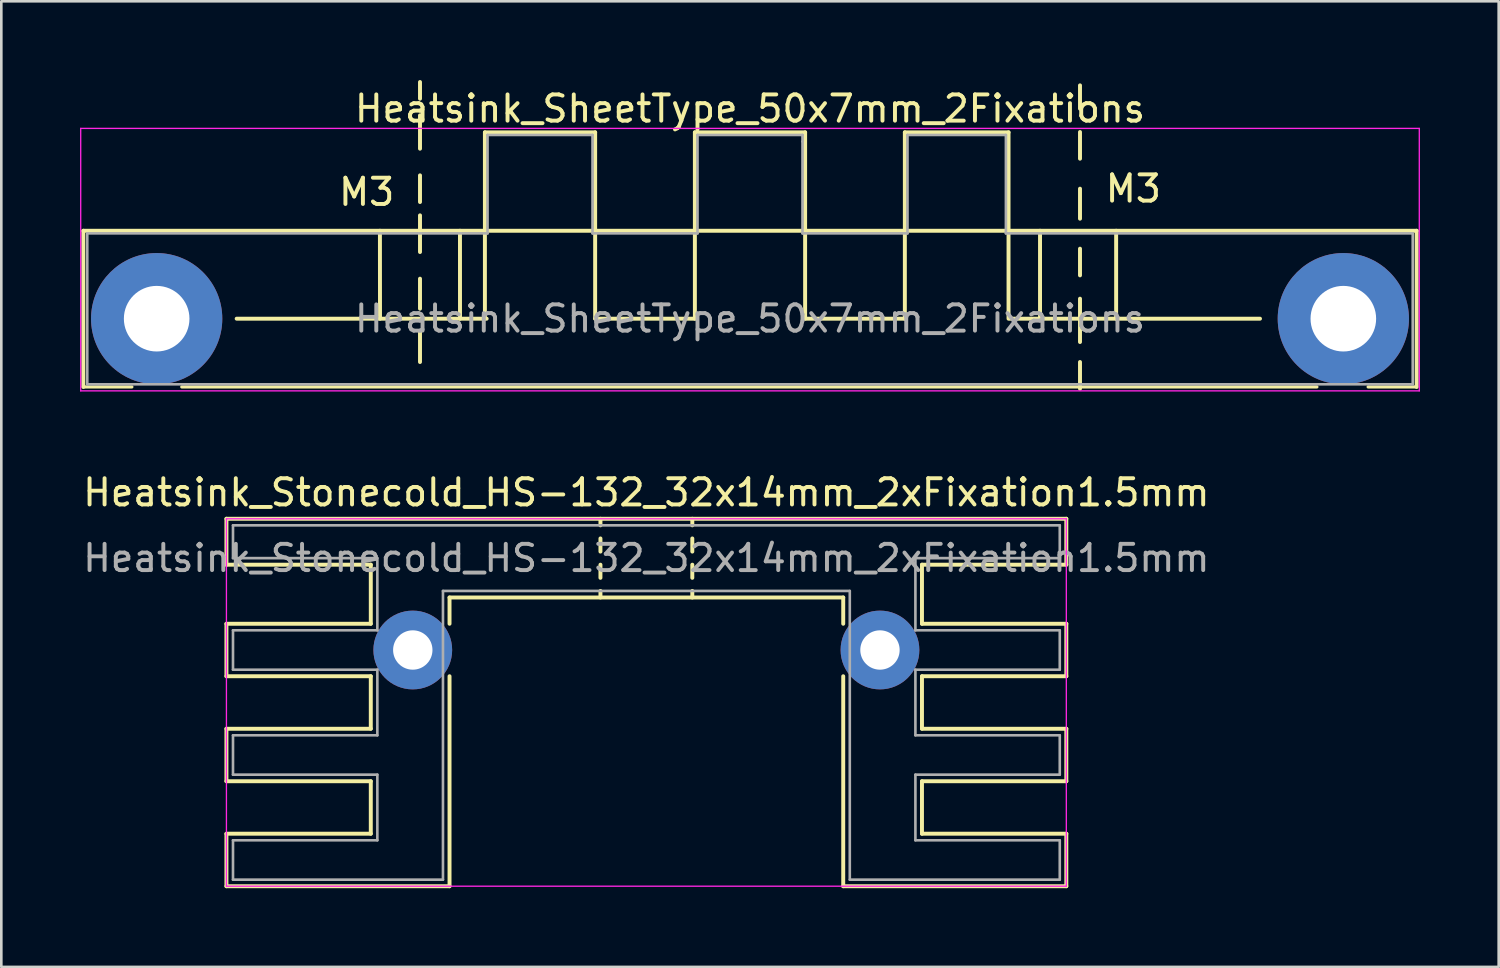
<source format=kicad_pcb>
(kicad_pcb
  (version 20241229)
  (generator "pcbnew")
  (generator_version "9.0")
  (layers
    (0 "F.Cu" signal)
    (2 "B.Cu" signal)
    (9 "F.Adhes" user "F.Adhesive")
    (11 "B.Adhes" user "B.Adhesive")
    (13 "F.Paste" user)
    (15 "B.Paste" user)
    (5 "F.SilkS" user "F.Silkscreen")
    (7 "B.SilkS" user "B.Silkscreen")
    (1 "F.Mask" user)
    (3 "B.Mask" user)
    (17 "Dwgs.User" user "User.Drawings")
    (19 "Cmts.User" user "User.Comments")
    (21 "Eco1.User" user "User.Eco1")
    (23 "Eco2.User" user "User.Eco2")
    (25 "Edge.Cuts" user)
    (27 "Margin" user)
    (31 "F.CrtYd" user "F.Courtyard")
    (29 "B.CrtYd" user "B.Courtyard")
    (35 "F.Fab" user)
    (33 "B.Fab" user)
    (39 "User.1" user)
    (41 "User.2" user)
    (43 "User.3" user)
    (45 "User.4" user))
  (footprint "Heatsink_SheetType_50x7mm_2Fixations"
    (layer "F.Cu")
    (at 25.525 9.092)
    (property "Reference" "Heatsink_SheetType_50x7mm_2Fixations" (at 0 -8 0) (layer "F.SilkS") (effects (font (size 1 1) (thickness 0.15))))
    (attr through_hole)
    (fp_line (start -25.4 -3.35) (end -25.4 2.6) (stroke (width 0.15) (type solid)) (layer "F.SilkS"))
    (fp_line (start -25.4 2.6) (end -23.55 2.6) (stroke (width 0.12) (type solid)) (layer "F.SilkS"))
    (fp_line (start -21.65 2.6) (end 21.6 2.6) (stroke (width 0.12) (type solid)) (layer "F.SilkS"))
    (fp_line (start -14.1 -3.35) (end -14.097 0) (stroke (width 0.15) (type solid)) (layer "F.SilkS"))
    (fp_line (start -12.573 -9.017) (end -12.573 -8.382) (stroke (width 0.15) (type solid)) (layer "F.SilkS"))
    (fp_line (start -12.573 -7.747) (end -12.573 -6.477) (stroke (width 0.15) (type solid)) (layer "F.SilkS"))
    (fp_line (start -12.573 -5.461) (end -12.573 -4.445) (stroke (width 0.15) (type solid)) (layer "F.SilkS"))
    (fp_line (start -12.573 -3.937) (end -12.573 -2.54) (stroke (width 0.15) (type solid)) (layer "F.SilkS"))
    (fp_line (start -12.573 -1.524) (end -12.573 -0.381) (stroke (width 0.15) (type solid)) (layer "F.SilkS"))
    (fp_line (start -12.573 0.508) (end -12.573 1.651) (stroke (width 0.15) (type solid)) (layer "F.SilkS"))
    (fp_line (start -11.05 -3.35) (end -11.049 0) (stroke (width 0.15) (type solid)) (layer "F.SilkS"))
    (fp_line (start -10.1 -7.1) (end -10.1 0) (stroke (width 0.15) (type solid)) (layer "F.SilkS"))
    (fp_line (start -10.033 0) (end -19.558 0) (stroke (width 0.15) (type solid)) (layer "F.SilkS"))
    (fp_line (start -5.9 -7.1) (end -10.1 -7.1) (stroke (width 0.15) (type solid)) (layer "F.SilkS"))
    (fp_line (start -5.9 -7.1) (end -5.9 0) (stroke (width 0.15) (type solid)) (layer "F.SilkS"))
    (fp_line (start -2.1 -7.1) (end -2.1 0) (stroke (width 0.15) (type solid)) (layer "F.SilkS"))
    (fp_line (start -2.1 0) (end -5.9 0) (stroke (width 0.15) (type solid)) (layer "F.SilkS"))
    (fp_line (start 2.1 -7.1) (end -2.1 -7.1) (stroke (width 0.15) (type solid)) (layer "F.SilkS"))
    (fp_line (start 2.1 -7.1) (end 2.1 0) (stroke (width 0.15) (type solid)) (layer "F.SilkS"))
    (fp_line (start 5.9 -7.1) (end 5.9 0) (stroke (width 0.15) (type solid)) (layer "F.SilkS"))
    (fp_line (start 5.9 0) (end 2.1 0) (stroke (width 0.15) (type solid)) (layer "F.SilkS"))
    (fp_line (start 9.85 -7.1) (end 5.9 -7.1) (stroke (width 0.15) (type solid)) (layer "F.SilkS"))
    (fp_line (start 9.85 -7.1) (end 9.85 0) (stroke (width 0.15) (type solid)) (layer "F.SilkS"))
    (fp_line (start 11.05 -3.35) (end 11.05 0) (stroke (width 0.15) (type solid)) (layer "F.SilkS"))
    (fp_line (start 12.573 -8.89) (end 12.573 -8.001) (stroke (width 0.15) (type solid)) (layer "F.SilkS"))
    (fp_line (start 12.573 -7.112) (end 12.573 -6.096) (stroke (width 0.15) (type solid)) (layer "F.SilkS"))
    (fp_line (start 12.573 -4.953) (end 12.573 -3.81) (stroke (width 0.15) (type solid)) (layer "F.SilkS"))
    (fp_line (start 12.573 -2.667) (end 12.573 -1.651) (stroke (width 0.15) (type solid)) (layer "F.SilkS"))
    (fp_line (start 12.573 -0.762) (end 12.573 0.889) (stroke (width 0.15) (type solid)) (layer "F.SilkS"))
    (fp_line (start 12.573 1.651) (end 12.573 2.667) (stroke (width 0.15) (type solid)) (layer "F.SilkS"))
    (fp_line (start 13.95 -3.35) (end 13.95 0) (stroke (width 0.15) (type solid)) (layer "F.SilkS"))
    (fp_line (start 13.97 0) (end 9.906 0) (stroke (width 0.15) (type solid)) (layer "F.SilkS"))
    (fp_line (start 13.97 0) (end 19.431 0) (stroke (width 0.15) (type solid)) (layer "F.SilkS"))
    (fp_line (start 25.4 -3.35) (end -25.4 -3.35) (stroke (width 0.15) (type solid)) (layer "F.SilkS"))
    (fp_line (start 25.4 2.6) (end 23.55 2.6) (stroke (width 0.12) (type solid)) (layer "F.SilkS"))
    (fp_line (start 25.4 2.6) (end 25.4 -3.35) (stroke (width 0.15) (type solid)) (layer "F.SilkS"))
    (fp_line (start -25.5 -7.25) (end -25.5 2.75) (stroke (width 0.05) (type solid)) (layer "F.CrtYd"))
    (fp_line (start -25.5 -7.25) (end 25.5 -7.25) (stroke (width 0.05) (type solid)) (layer "F.CrtYd"))
    (fp_line (start 25.5 2.75) (end -25.5 2.75) (stroke (width 0.05) (type solid)) (layer "F.CrtYd"))
    (fp_line (start 25.5 2.75) (end 25.5 -7.25) (stroke (width 0.05) (type solid)) (layer "F.CrtYd"))
    (fp_line (start -25.25 -3.25) (end -25.25 2.5) (stroke (width 0.1) (type solid)) (layer "F.Fab"))
    (fp_line (start -25.25 2.5) (end 25.25 2.5) (stroke (width 0.1) (type solid)) (layer "F.Fab"))
    (fp_line (start -10 -7) (end -10 -3.25) (stroke (width 0.1) (type solid)) (layer "F.Fab"))
    (fp_line (start -10 -3.25) (end -25.25 -3.25) (stroke (width 0.1) (type solid)) (layer "F.Fab"))
    (fp_line (start -6 -7) (end -10 -7) (stroke (width 0.1) (type solid)) (layer "F.Fab"))
    (fp_line (start -6 -3.25) (end -6 -7) (stroke (width 0.1) (type solid)) (layer "F.Fab"))
    (fp_line (start -2 -7) (end -2 -3.25) (stroke (width 0.1) (type solid)) (layer "F.Fab"))
    (fp_line (start -2 -3.25) (end -6 -3.25) (stroke (width 0.1) (type solid)) (layer "F.Fab"))
    (fp_line (start 2 -7) (end -2 -7) (stroke (width 0.1) (type solid)) (layer "F.Fab"))
    (fp_line (start 2 -6.75) (end 2 -7) (stroke (width 0.1) (type solid)) (layer "F.Fab"))
    (fp_line (start 2 -3.25) (end 2 -6.75) (stroke (width 0.1) (type solid)) (layer "F.Fab"))
    (fp_line (start 6 -7) (end 6 -3.25) (stroke (width 0.1) (type solid)) (layer "F.Fab"))
    (fp_line (start 6 -3.25) (end 2 -3.25) (stroke (width 0.1) (type solid)) (layer "F.Fab"))
    (fp_line (start 9.75 -7) (end 6 -7) (stroke (width 0.1) (type solid)) (layer "F.Fab"))
    (fp_line (start 9.75 -3.25) (end 9.75 -7) (stroke (width 0.1) (type solid)) (layer "F.Fab"))
    (fp_line (start 25.25 -3.25) (end 9.75 -3.25) (stroke (width 0.1) (type solid)) (layer "F.Fab"))
    (fp_line (start 25.25 2.5) (end 25.25 -3.25) (stroke (width 0.1) (type solid)) (layer "F.Fab"))
    (fp_text user "M3" (at 14.605 -4.953 0) (layer "F.SilkS") (effects (font (size 1 1) (thickness 0.15))))
    (fp_text user "M3" (at -14.605 -4.826 0) (layer "F.SilkS") (effects (font (size 1 1) (thickness 0.15))))
    (fp_text user "${REFERENCE}" (at 0 0 0) (layer "F.Fab") (effects (font (size 1 1) (thickness 0.15))))
    (pad "1" thru_hole circle (at -22.606 0) (size 5.001 5.001) (drill 2.499) (layers "*.Cu" "*.Mask"))
    (pad "1" thru_hole circle (at 22.606 0) (size 5.001 5.001) (drill 2.499) (layers "*.Cu" "*.Mask")))
  (footprint "Heatsink_Stonecold_HS-132_32x14mm_2xFixation1.5mm"
    (layer "F.Cu")
    (at 21.577 21.715)
    (property "Reference" "Heatsink_Stonecold_HS-132_32x14mm_2xFixation1.5mm" (at 0 -6 0) (layer "F.SilkS") (effects (font (size 1 1) (thickness 0.15))))
    (attr through_hole)
    (fp_line (start -16 -5) (end 16 -5) (stroke (width 0.15) (type solid)) (layer "F.SilkS"))
    (fp_line (start -16 -3.25) (end -16 -5) (stroke (width 0.15) (type solid)) (layer "F.SilkS"))
    (fp_line (start -16 -1) (end -16 1) (stroke (width 0.15) (type solid)) (layer "F.SilkS"))
    (fp_line (start -16 1) (end -10.5 1) (stroke (width 0.15) (type solid)) (layer "F.SilkS"))
    (fp_line (start -16 3) (end -16 5) (stroke (width 0.15) (type solid)) (layer "F.SilkS"))
    (fp_line (start -16 5) (end -10.5 5) (stroke (width 0.15) (type solid)) (layer "F.SilkS"))
    (fp_line (start -16 7) (end -16 9) (stroke (width 0.15) (type solid)) (layer "F.SilkS"))
    (fp_line (start -10.5 -3.25) (end -16 -3.25) (stroke (width 0.15) (type solid)) (layer "F.SilkS"))
    (fp_line (start -10.5 -3.25) (end -10.5 -1) (stroke (width 0.15) (type solid)) (layer "F.SilkS"))
    (fp_line (start -10.5 -1) (end -16 -1) (stroke (width 0.15) (type solid)) (layer "F.SilkS"))
    (fp_line (start -10.5 1) (end -10.5 3) (stroke (width 0.15) (type solid)) (layer "F.SilkS"))
    (fp_line (start -10.5 3) (end -16 3) (stroke (width 0.15) (type solid)) (layer "F.SilkS"))
    (fp_line (start -10.5 5) (end -10.5 7) (stroke (width 0.15) (type solid)) (layer "F.SilkS"))
    (fp_line (start -10.5 7) (end -16 7) (stroke (width 0.15) (type solid)) (layer "F.SilkS"))
    (fp_line (start -7.5 -2) (end -7.5 -1) (stroke (width 0.15) (type solid)) (layer "F.SilkS"))
    (fp_line (start -7.5 -2) (end 7.5 -2) (stroke (width 0.15) (type solid)) (layer "F.SilkS"))
    (fp_line (start -7.5 1) (end -7.5 9) (stroke (width 0.15) (type solid)) (layer "F.SilkS"))
    (fp_line (start -7.5 9) (end -16 9) (stroke (width 0.15) (type solid)) (layer "F.SilkS"))
    (fp_line (start -1.75 -4.75) (end -1.75 -5) (stroke (width 0.15) (type solid)) (layer "F.SilkS"))
    (fp_line (start -1.75 -4.25) (end -1.75 -3.75) (stroke (width 0.15) (type solid)) (layer "F.SilkS"))
    (fp_line (start -1.75 -3.25) (end -1.75 -2.75) (stroke (width 0.15) (type solid)) (layer "F.SilkS"))
    (fp_line (start -1.75 -2.25) (end -1.75 -2) (stroke (width 0.15) (type solid)) (layer "F.SilkS"))
    (fp_line (start 1.75 -4.75) (end 1.75 -5) (stroke (width 0.15) (type solid)) (layer "F.SilkS"))
    (fp_line (start 1.75 -4.25) (end 1.75 -3.75) (stroke (width 0.15) (type solid)) (layer "F.SilkS"))
    (fp_line (start 1.75 -3.25) (end 1.75 -2.75) (stroke (width 0.15) (type solid)) (layer "F.SilkS"))
    (fp_line (start 1.75 -2.25) (end 1.75 -2) (stroke (width 0.15) (type solid)) (layer "F.SilkS"))
    (fp_line (start 7.5 -2) (end 7.5 -1) (stroke (width 0.15) (type solid)) (layer "F.SilkS"))
    (fp_line (start 7.5 1) (end 7.5 9) (stroke (width 0.15) (type solid)) (layer "F.SilkS"))
    (fp_line (start 7.5 9) (end 16 9) (stroke (width 0.15) (type solid)) (layer "F.SilkS"))
    (fp_line (start 10.5 -3.25) (end 10.5 -1) (stroke (width 0.15) (type solid)) (layer "F.SilkS"))
    (fp_line (start 10.5 -3.25) (end 16 -3.25) (stroke (width 0.15) (type solid)) (layer "F.SilkS"))
    (fp_line (start 10.5 -1) (end 16 -1) (stroke (width 0.15) (type solid)) (layer "F.SilkS"))
    (fp_line (start 10.5 1) (end 10.5 3) (stroke (width 0.15) (type solid)) (layer "F.SilkS"))
    (fp_line (start 10.5 1) (end 16 1) (stroke (width 0.15) (type solid)) (layer "F.SilkS"))
    (fp_line (start 10.5 3) (end 16 3) (stroke (width 0.15) (type solid)) (layer "F.SilkS"))
    (fp_line (start 10.5 5) (end 10.5 7) (stroke (width 0.15) (type solid)) (layer "F.SilkS"))
    (fp_line (start 10.5 5) (end 16 5) (stroke (width 0.15) (type solid)) (layer "F.SilkS"))
    (fp_line (start 10.5 7) (end 16 7) (stroke (width 0.15) (type solid)) (layer "F.SilkS"))
    (fp_line (start 16 -5) (end 16 -3.25) (stroke (width 0.15) (type solid)) (layer "F.SilkS"))
    (fp_line (start 16 -1) (end 16 1) (stroke (width 0.15) (type solid)) (layer "F.SilkS"))
    (fp_line (start 16 3) (end 16 5) (stroke (width 0.15) (type solid)) (layer "F.SilkS"))
    (fp_line (start 16 7) (end 16 9) (stroke (width 0.15) (type solid)) (layer "F.SilkS"))
    (fp_line (start -16 -5) (end -16 9) (stroke (width 0.05) (type solid)) (layer "F.CrtYd"))
    (fp_line (start -16 -5) (end 16 -5) (stroke (width 0.05) (type solid)) (layer "F.CrtYd"))
    (fp_line (start 16 9) (end -16 9) (stroke (width 0.05) (type solid)) (layer "F.CrtYd"))
    (fp_line (start 16 9) (end 16 -5) (stroke (width 0.05) (type solid)) (layer "F.CrtYd"))
    (fp_line (start -15.75 -4.75) (end -15.75 -3.5) (stroke (width 0.1) (type solid)) (layer "F.Fab"))
    (fp_line (start -15.75 -3.5) (end -10.25 -3.5) (stroke (width 0.1) (type solid)) (layer "F.Fab"))
    (fp_line (start -15.75 -0.75) (end -15.75 0.75) (stroke (width 0.1) (type solid)) (layer "F.Fab"))
    (fp_line (start -15.75 0.75) (end -10.25 0.75) (stroke (width 0.1) (type solid)) (layer "F.Fab"))
    (fp_line (start -15.75 3.25) (end -15.75 4.75) (stroke (width 0.1) (type solid)) (layer "F.Fab"))
    (fp_line (start -15.75 4.75) (end -10.25 4.75) (stroke (width 0.1) (type solid)) (layer "F.Fab"))
    (fp_line (start -15.75 7.25) (end -15.75 8.75) (stroke (width 0.1) (type solid)) (layer "F.Fab"))
    (fp_line (start -15.75 8.75) (end -7.75 8.75) (stroke (width 0.1) (type solid)) (layer "F.Fab"))
    (fp_line (start -10.25 -3.5) (end -10.25 -0.75) (stroke (width 0.1) (type solid)) (layer "F.Fab"))
    (fp_line (start -10.25 -0.75) (end -15.75 -0.75) (stroke (width 0.1) (type solid)) (layer "F.Fab"))
    (fp_line (start -10.25 0.75) (end -10.25 3.25) (stroke (width 0.1) (type solid)) (layer "F.Fab"))
    (fp_line (start -10.25 3.25) (end -15.75 3.25) (stroke (width 0.1) (type solid)) (layer "F.Fab"))
    (fp_line (start -10.25 4.75) (end -10.25 7.25) (stroke (width 0.1) (type solid)) (layer "F.Fab"))
    (fp_line (start -10.25 7.25) (end -15.75 7.25) (stroke (width 0.1) (type solid)) (layer "F.Fab"))
    (fp_line (start -7.75 -2.25) (end 7.75 -2.25) (stroke (width 0.1) (type solid)) (layer "F.Fab"))
    (fp_line (start -7.75 8.75) (end -7.75 -2.25) (stroke (width 0.1) (type solid)) (layer "F.Fab"))
    (fp_line (start 7.75 -2.25) (end 7.75 8.75) (stroke (width 0.1) (type solid)) (layer "F.Fab"))
    (fp_line (start 7.75 8.75) (end 15.75 8.75) (stroke (width 0.1) (type solid)) (layer "F.Fab"))
    (fp_line (start 10.25 -3.5) (end 15.75 -3.5) (stroke (width 0.1) (type solid)) (layer "F.Fab"))
    (fp_line (start 10.25 -0.75) (end 10.25 -3.5) (stroke (width 0.1) (type solid)) (layer "F.Fab"))
    (fp_line (start 10.25 0.75) (end 15.75 0.75) (stroke (width 0.1) (type solid)) (layer "F.Fab"))
    (fp_line (start 10.25 3.25) (end 10.25 0.75) (stroke (width 0.1) (type solid)) (layer "F.Fab"))
    (fp_line (start 10.25 4.75) (end 15.75 4.75) (stroke (width 0.1) (type solid)) (layer "F.Fab"))
    (fp_line (start 10.25 7.25) (end 10.25 4.75) (stroke (width 0.1) (type solid)) (layer "F.Fab"))
    (fp_line (start 15.75 -4.75) (end -15.75 -4.75) (stroke (width 0.1) (type solid)) (layer "F.Fab"))
    (fp_line (start 15.75 -3.5) (end 15.75 -4.75) (stroke (width 0.1) (type solid)) (layer "F.Fab"))
    (fp_line (start 15.75 -0.75) (end 10.25 -0.75) (stroke (width 0.1) (type solid)) (layer "F.Fab"))
    (fp_line (start 15.75 0.75) (end 15.75 -0.75) (stroke (width 0.1) (type solid)) (layer "F.Fab"))
    (fp_line (start 15.75 3.25) (end 10.25 3.25) (stroke (width 0.1) (type solid)) (layer "F.Fab"))
    (fp_line (start 15.75 4.75) (end 15.75 3.25) (stroke (width 0.1) (type solid)) (layer "F.Fab"))
    (fp_line (start 15.75 7.25) (end 10.25 7.25) (stroke (width 0.1) (type solid)) (layer "F.Fab"))
    (fp_line (start 15.75 8.75) (end 15.75 7.25) (stroke (width 0.1) (type solid)) (layer "F.Fab"))
    (fp_text user "${REFERENCE}" (at 0 -3.5 0) (layer "F.Fab") (effects (font (size 1 1) (thickness 0.15))))
    (pad "1" thru_hole circle (at -8.9 0) (size 3 3) (drill 1.5) (layers "*.Cu" "*.Mask"))
    (pad "1" thru_hole circle (at 8.9 0) (size 3 3) (drill 1.5) (layers "*.Cu" "*.Mask")))
  (gr_rect
    (start -3 -3)
    (end 54.05 33.79)
    (stroke (width 0.1) (type default))
    (fill no)
    (layer "Edge.Cuts")))
</source>
